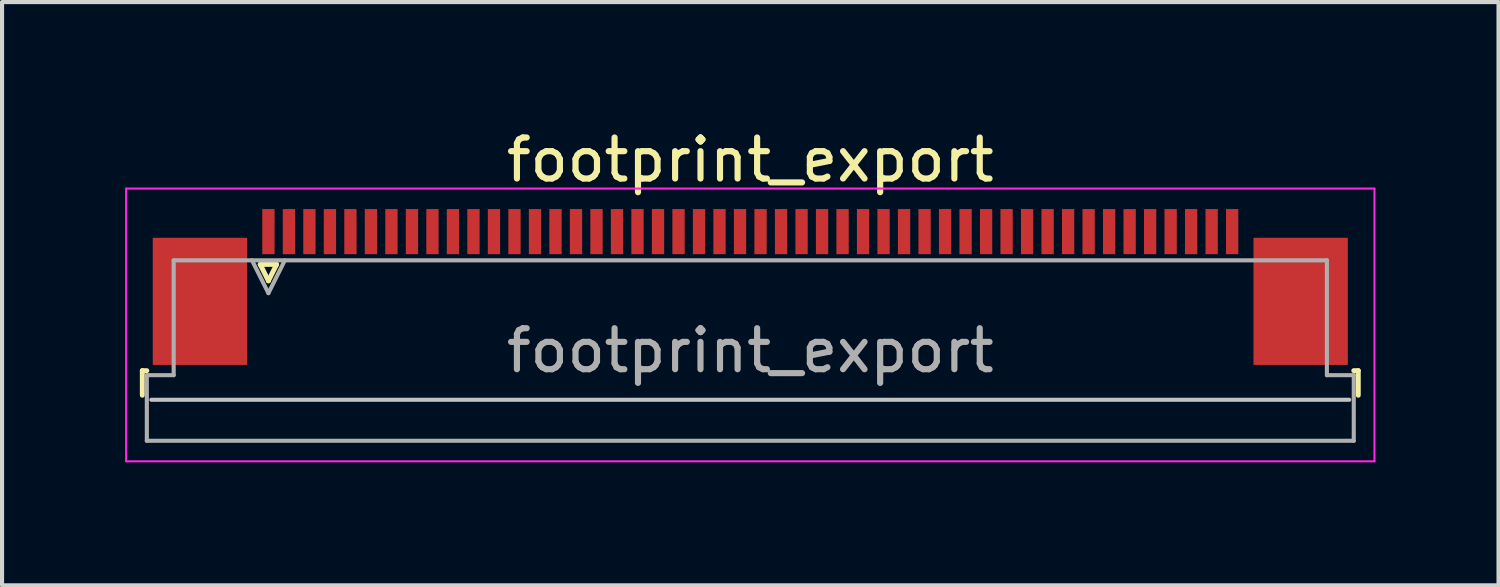
<source format=kicad_pcb>
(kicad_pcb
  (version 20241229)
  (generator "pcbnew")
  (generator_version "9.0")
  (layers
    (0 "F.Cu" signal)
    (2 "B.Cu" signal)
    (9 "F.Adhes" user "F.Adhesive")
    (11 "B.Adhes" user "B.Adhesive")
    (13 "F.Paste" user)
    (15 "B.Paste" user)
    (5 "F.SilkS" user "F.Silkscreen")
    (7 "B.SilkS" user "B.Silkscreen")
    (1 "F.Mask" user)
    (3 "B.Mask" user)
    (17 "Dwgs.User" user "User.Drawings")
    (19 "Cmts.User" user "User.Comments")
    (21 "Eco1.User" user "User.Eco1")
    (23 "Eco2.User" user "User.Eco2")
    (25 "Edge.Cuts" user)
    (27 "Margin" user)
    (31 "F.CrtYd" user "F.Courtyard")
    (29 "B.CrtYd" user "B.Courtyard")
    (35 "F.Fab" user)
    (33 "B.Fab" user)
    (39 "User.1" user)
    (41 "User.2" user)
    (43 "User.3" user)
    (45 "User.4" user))
  (footprint "footprint_export"
    (layer "F.Cu")
    (at 15.245 3.948)
    (property "Reference" "footprint_export" (at 0 -3.1 0) (layer "F.SilkS") (effects (font (size 1 1) (thickness 0.15))))
    (attr smd)
    (fp_line (start -14.825 2.04) (end -14.825 2.64) (stroke (width 0.12) (type solid)) (layer "F.SilkS"))
    (fp_line (start -14.715 2.04) (end -14.825 2.04) (stroke (width 0.12) (type solid)) (layer "F.SilkS"))
    (fp_line (start -11.95 -0.55) (end -11.75 -0.15) (stroke (width 0.12) (type solid)) (layer "F.SilkS"))
    (fp_line (start -11.75 -0.15) (end -11.55 -0.55) (stroke (width 0.12) (type solid)) (layer "F.SilkS"))
    (fp_line (start -11.55 -0.55) (end -11.95 -0.55) (stroke (width 0.12) (type solid)) (layer "F.SilkS"))
    (fp_line (start 14.715 2.04) (end 14.825 2.04) (stroke (width 0.12) (type solid)) (layer "F.SilkS"))
    (fp_line (start 14.825 2.04) (end 14.825 2.64) (stroke (width 0.12) (type solid)) (layer "F.SilkS"))
    (fp_line (start 14.605 2.75) (end -14.605 2.75) (stroke (width 0.1) (type solid)) (layer "Dwgs.User"))
    (fp_line (start -15.22 -2.4) (end -15.22 4.25) (stroke (width 0.05) (type solid)) (layer "F.CrtYd"))
    (fp_line (start -15.22 4.25) (end 15.22 4.25) (stroke (width 0.05) (type solid)) (layer "F.CrtYd"))
    (fp_line (start 15.22 -2.4) (end -15.22 -2.4) (stroke (width 0.05) (type solid)) (layer "F.CrtYd"))
    (fp_line (start 15.22 4.25) (end 15.22 -2.4) (stroke (width 0.05) (type solid)) (layer "F.CrtYd"))
    (fp_line (start -14.715 2.15) (end -14.06 2.15) (stroke (width 0.1) (type solid)) (layer "F.Fab"))
    (fp_line (start -14.715 3.75) (end -14.715 2.15) (stroke (width 0.1) (type solid)) (layer "F.Fab"))
    (fp_line (start -14.06 -0.65) (end 14.06 -0.65) (stroke (width 0.1) (type solid)) (layer "F.Fab"))
    (fp_line (start -14.06 2.15) (end -14.06 -0.65) (stroke (width 0.1) (type solid)) (layer "F.Fab"))
    (fp_line (start -12.15 -0.65) (end -11.75 0.15) (stroke (width 0.1) (type solid)) (layer "F.Fab"))
    (fp_line (start -11.75 0.15) (end -11.35 -0.65) (stroke (width 0.1) (type solid)) (layer "F.Fab"))
    (fp_line (start 14.06 -0.65) (end 14.06 2.15) (stroke (width 0.1) (type solid)) (layer "F.Fab"))
    (fp_line (start 14.06 2.15) (end 14.715 2.15) (stroke (width 0.1) (type solid)) (layer "F.Fab"))
    (fp_line (start 14.715 2.15) (end 14.715 3.75) (stroke (width 0.1) (type solid)) (layer "F.Fab"))
    (fp_line (start 14.715 3.75) (end -14.715 3.75) (stroke (width 0.1) (type solid)) (layer "F.Fab"))
    (fp_text user "${REFERENCE}" (at 0 1.55 0) (layer "F.Fab") (effects (font (size 1 1) (thickness 0.15))))
    (pad "1" smd rect (at -11.75 -1.35) (size 0.3 1.1) (layers "F.Cu" "F.Mask" "F.Paste"))
    (pad "2" smd rect (at -11.25 -1.35) (size 0.3 1.1) (layers "F.Cu" "F.Mask" "F.Paste"))
    (pad "3" smd rect (at -10.75 -1.35) (size 0.3 1.1) (layers "F.Cu" "F.Mask" "F.Paste"))
    (pad "4" smd rect (at -10.25 -1.35) (size 0.3 1.1) (layers "F.Cu" "F.Mask" "F.Paste"))
    (pad "5" smd rect (at -9.75 -1.35) (size 0.3 1.1) (layers "F.Cu" "F.Mask" "F.Paste"))
    (pad "6" smd rect (at -9.25 -1.35) (size 0.3 1.1) (layers "F.Cu" "F.Mask" "F.Paste"))
    (pad "7" smd rect (at -8.75 -1.35) (size 0.3 1.1) (layers "F.Cu" "F.Mask" "F.Paste"))
    (pad "8" smd rect (at -8.25 -1.35) (size 0.3 1.1) (layers "F.Cu" "F.Mask" "F.Paste"))
    (pad "9" smd rect (at -7.75 -1.35) (size 0.3 1.1) (layers "F.Cu" "F.Mask" "F.Paste"))
    (pad "10" smd rect (at -7.25 -1.35) (size 0.3 1.1) (layers "F.Cu" "F.Mask" "F.Paste"))
    (pad "11" smd rect (at -6.75 -1.35) (size 0.3 1.1) (layers "F.Cu" "F.Mask" "F.Paste"))
    (pad "12" smd rect (at -6.25 -1.35) (size 0.3 1.1) (layers "F.Cu" "F.Mask" "F.Paste"))
    (pad "13" smd rect (at -5.75 -1.35) (size 0.3 1.1) (layers "F.Cu" "F.Mask" "F.Paste"))
    (pad "14" smd rect (at -5.25 -1.35) (size 0.3 1.1) (layers "F.Cu" "F.Mask" "F.Paste"))
    (pad "15" smd rect (at -4.75 -1.35) (size 0.3 1.1) (layers "F.Cu" "F.Mask" "F.Paste"))
    (pad "16" smd rect (at -4.25 -1.35) (size 0.3 1.1) (layers "F.Cu" "F.Mask" "F.Paste"))
    (pad "17" smd rect (at -3.75 -1.35) (size 0.3 1.1) (layers "F.Cu" "F.Mask" "F.Paste"))
    (pad "18" smd rect (at -3.25 -1.35) (size 0.3 1.1) (layers "F.Cu" "F.Mask" "F.Paste"))
    (pad "19" smd rect (at -2.75 -1.35) (size 0.3 1.1) (layers "F.Cu" "F.Mask" "F.Paste"))
    (pad "20" smd rect (at -2.25 -1.35) (size 0.3 1.1) (layers "F.Cu" "F.Mask" "F.Paste"))
    (pad "21" smd rect (at -1.75 -1.35) (size 0.3 1.1) (layers "F.Cu" "F.Mask" "F.Paste"))
    (pad "22" smd rect (at -1.25 -1.35) (size 0.3 1.1) (layers "F.Cu" "F.Mask" "F.Paste"))
    (pad "23" smd rect (at -0.75 -1.35) (size 0.3 1.1) (layers "F.Cu" "F.Mask" "F.Paste"))
    (pad "24" smd rect (at -0.25 -1.35) (size 0.3 1.1) (layers "F.Cu" "F.Mask" "F.Paste"))
    (pad "25" smd rect (at 0.25 -1.35) (size 0.3 1.1) (layers "F.Cu" "F.Mask" "F.Paste"))
    (pad "26" smd rect (at 0.75 -1.35) (size 0.3 1.1) (layers "F.Cu" "F.Mask" "F.Paste"))
    (pad "27" smd rect (at 1.25 -1.35) (size 0.3 1.1) (layers "F.Cu" "F.Mask" "F.Paste"))
    (pad "28" smd rect (at 1.75 -1.35) (size 0.3 1.1) (layers "F.Cu" "F.Mask" "F.Paste"))
    (pad "29" smd rect (at 2.25 -1.35) (size 0.3 1.1) (layers "F.Cu" "F.Mask" "F.Paste"))
    (pad "30" smd rect (at 2.75 -1.35) (size 0.3 1.1) (layers "F.Cu" "F.Mask" "F.Paste"))
    (pad "31" smd rect (at 3.25 -1.35) (size 0.3 1.1) (layers "F.Cu" "F.Mask" "F.Paste"))
    (pad "32" smd rect (at 3.75 -1.35) (size 0.3 1.1) (layers "F.Cu" "F.Mask" "F.Paste"))
    (pad "33" smd rect (at 4.25 -1.35) (size 0.3 1.1) (layers "F.Cu" "F.Mask" "F.Paste"))
    (pad "34" smd rect (at 4.75 -1.35) (size 0.3 1.1) (layers "F.Cu" "F.Mask" "F.Paste"))
    (pad "35" smd rect (at 5.25 -1.35) (size 0.3 1.1) (layers "F.Cu" "F.Mask" "F.Paste"))
    (pad "36" smd rect (at 5.75 -1.35) (size 0.3 1.1) (layers "F.Cu" "F.Mask" "F.Paste"))
    (pad "37" smd rect (at 6.25 -1.35) (size 0.3 1.1) (layers "F.Cu" "F.Mask" "F.Paste"))
    (pad "38" smd rect (at 6.75 -1.35) (size 0.3 1.1) (layers "F.Cu" "F.Mask" "F.Paste"))
    (pad "39" smd rect (at 7.25 -1.35) (size 0.3 1.1) (layers "F.Cu" "F.Mask" "F.Paste"))
    (pad "40" smd rect (at 7.75 -1.35) (size 0.3 1.1) (layers "F.Cu" "F.Mask" "F.Paste"))
    (pad "41" smd rect (at 8.25 -1.35) (size 0.3 1.1) (layers "F.Cu" "F.Mask" "F.Paste"))
    (pad "42" smd rect (at 8.75 -1.35) (size 0.3 1.1) (layers "F.Cu" "F.Mask" "F.Paste"))
    (pad "43" smd rect (at 9.25 -1.35) (size 0.3 1.1) (layers "F.Cu" "F.Mask" "F.Paste"))
    (pad "44" smd rect (at 9.75 -1.35) (size 0.3 1.1) (layers "F.Cu" "F.Mask" "F.Paste"))
    (pad "45" smd rect (at 10.25 -1.35) (size 0.3 1.1) (layers "F.Cu" "F.Mask" "F.Paste"))
    (pad "46" smd rect (at 10.75 -1.35) (size 0.3 1.1) (layers "F.Cu" "F.Mask" "F.Paste"))
    (pad "47" smd rect (at 11.25 -1.35) (size 0.3 1.1) (layers "F.Cu" "F.Mask" "F.Paste"))
    (pad "48" smd rect (at 11.75 -1.35) (size 0.3 1.1) (layers "F.Cu" "F.Mask" "F.Paste"))
    (pad "MP" smd rect (at -13.42 0.35) (size 2.3 3.1) (layers "F.Cu" "F.Mask" "F.Paste"))
    (pad "MP" smd rect (at 13.42 0.35) (size 2.3 3.1) (layers "F.Cu" "F.Mask" "F.Paste")))
  (gr_rect
    (start -3 -3)
    (end 33.49 11.223)
    (stroke (width 0.1) (type default))
    (fill no)
    (layer "Edge.Cuts")))
</source>
